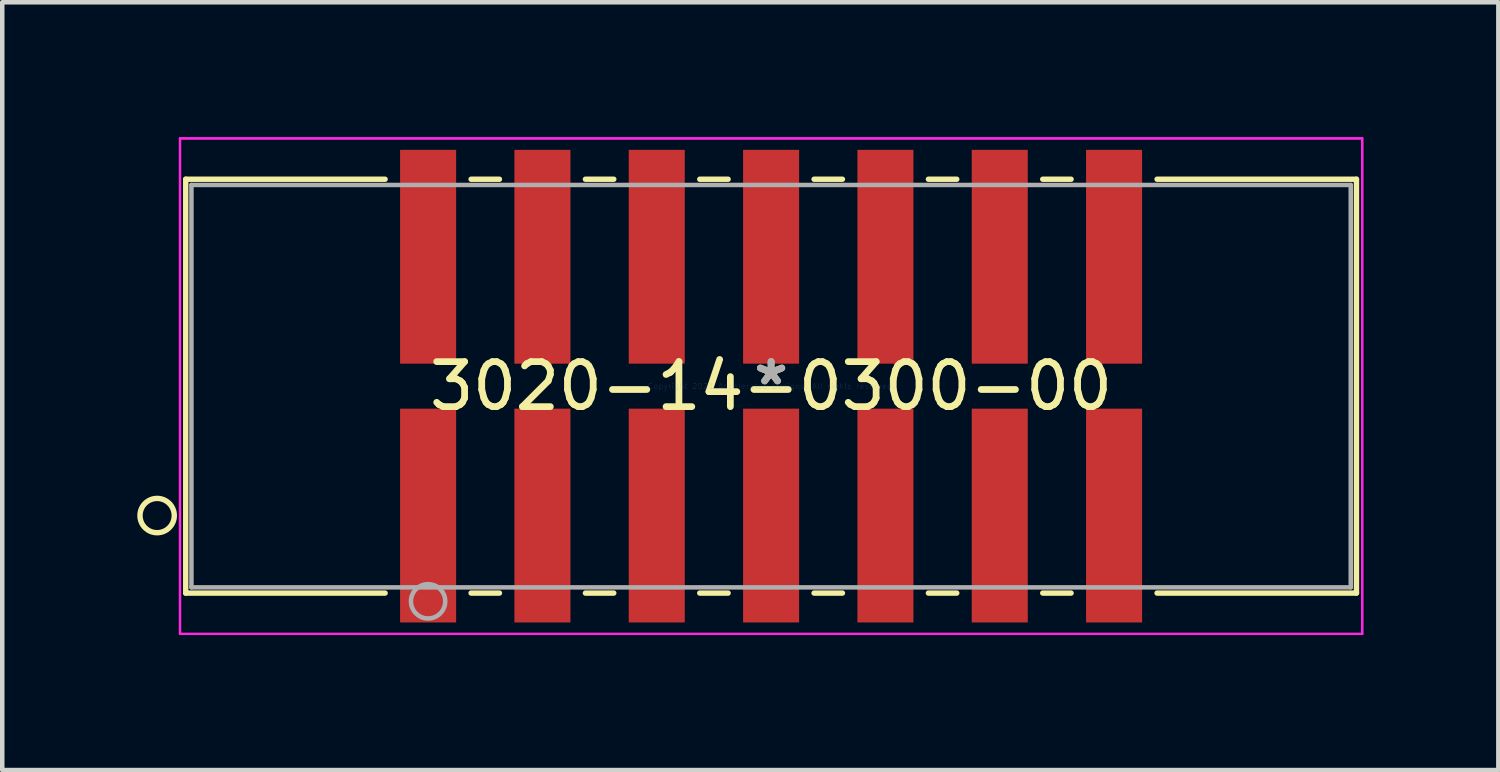
<source format=kicad_pcb>
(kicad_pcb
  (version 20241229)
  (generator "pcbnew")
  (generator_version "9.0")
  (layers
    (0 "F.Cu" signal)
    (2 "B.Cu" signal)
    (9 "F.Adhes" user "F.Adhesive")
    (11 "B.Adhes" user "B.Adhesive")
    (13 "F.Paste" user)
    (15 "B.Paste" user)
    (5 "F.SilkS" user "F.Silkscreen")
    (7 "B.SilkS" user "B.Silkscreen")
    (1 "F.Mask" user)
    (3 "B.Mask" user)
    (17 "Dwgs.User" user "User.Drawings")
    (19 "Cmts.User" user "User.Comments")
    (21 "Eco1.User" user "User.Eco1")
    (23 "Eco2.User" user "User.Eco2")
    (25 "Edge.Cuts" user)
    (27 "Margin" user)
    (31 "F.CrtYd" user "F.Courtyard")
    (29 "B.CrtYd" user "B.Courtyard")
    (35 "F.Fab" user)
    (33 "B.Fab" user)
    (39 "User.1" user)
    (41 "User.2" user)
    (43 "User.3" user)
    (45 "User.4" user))
  (footprint "3020-14-0300-00"
    (layer "F.Cu")
    (at 14.081 5.529)
    (property "Reference" "3020-14-0300-00" (at 0 0 0) (layer "F.SilkS") (effects (font (size 1 1) (thickness 0.15))))
    (attr through_hole)
    (fp_line (start -13.005 -4.597) (end -13.005 4.597) (stroke (width 0.12) (type solid)) (layer "F.SilkS"))
    (fp_line (start -13.005 4.597) (end -8.575 4.597) (stroke (width 0.12) (type solid)) (layer "F.SilkS"))
    (fp_line (start -8.575 -4.597) (end -13.005 -4.597) (stroke (width 0.12) (type solid)) (layer "F.SilkS"))
    (fp_line (start -6.665 4.597) (end -6.035 4.597) (stroke (width 0.12) (type solid)) (layer "F.SilkS"))
    (fp_line (start -6.035 -4.597) (end -6.665 -4.597) (stroke (width 0.12) (type solid)) (layer "F.SilkS"))
    (fp_line (start -4.125 4.597) (end -3.495 4.597) (stroke (width 0.12) (type solid)) (layer "F.SilkS"))
    (fp_line (start -3.495 -4.597) (end -4.125 -4.597) (stroke (width 0.12) (type solid)) (layer "F.SilkS"))
    (fp_line (start -1.585 4.597) (end -0.955 4.597) (stroke (width 0.12) (type solid)) (layer "F.SilkS"))
    (fp_line (start -0.955 -4.597) (end -1.585 -4.597) (stroke (width 0.12) (type solid)) (layer "F.SilkS"))
    (fp_line (start 0.955 4.597) (end 1.585 4.597) (stroke (width 0.12) (type solid)) (layer "F.SilkS"))
    (fp_line (start 1.585 -4.597) (end 0.955 -4.597) (stroke (width 0.12) (type solid)) (layer "F.SilkS"))
    (fp_line (start 3.495 4.597) (end 4.125 4.597) (stroke (width 0.12) (type solid)) (layer "F.SilkS"))
    (fp_line (start 4.125 -4.597) (end 3.495 -4.597) (stroke (width 0.12) (type solid)) (layer "F.SilkS"))
    (fp_line (start 6.035 4.597) (end 6.665 4.597) (stroke (width 0.12) (type solid)) (layer "F.SilkS"))
    (fp_line (start 6.665 -4.597) (end 6.035 -4.597) (stroke (width 0.12) (type solid)) (layer "F.SilkS"))
    (fp_line (start 8.575 4.597) (end 13.005 4.597) (stroke (width 0.12) (type solid)) (layer "F.SilkS"))
    (fp_line (start 13.005 -4.597) (end 8.575 -4.597) (stroke (width 0.12) (type solid)) (layer "F.SilkS"))
    (fp_line (start 13.005 4.597) (end 13.005 -4.597) (stroke (width 0.12) (type solid)) (layer "F.SilkS"))
    (fp_circle (center -13.64 2.875) (end -13.259 2.875) (stroke (width 0.12) (type solid)) (fill no) (layer "F.SilkS"))
    (fp_line (start -13.132 -5.504) (end -13.132 5.504) (stroke (width 0.05) (type solid)) (layer "F.CrtYd"))
    (fp_line (start -13.132 -5.504) (end -13.132 5.504) (stroke (width 0.05) (type solid)) (layer "F.CrtYd"))
    (fp_line (start -13.132 5.504) (end 13.132 5.504) (stroke (width 0.05) (type solid)) (layer "F.CrtYd"))
    (fp_line (start -13.132 5.504) (end 13.132 5.504) (stroke (width 0.05) (type solid)) (layer "F.CrtYd"))
    (fp_line (start 13.132 -5.504) (end -13.132 -5.504) (stroke (width 0.05) (type solid)) (layer "F.CrtYd"))
    (fp_line (start 13.132 -5.504) (end -13.132 -5.504) (stroke (width 0.05) (type solid)) (layer "F.CrtYd"))
    (fp_line (start 13.132 5.504) (end 13.132 -5.504) (stroke (width 0.05) (type solid)) (layer "F.CrtYd"))
    (fp_line (start 13.132 5.504) (end 13.132 -5.504) (stroke (width 0.05) (type solid)) (layer "F.CrtYd"))
    (fp_line (start -12.878 -4.47) (end -12.878 4.47) (stroke (width 0.1) (type solid)) (layer "F.Fab"))
    (fp_line (start -12.878 4.47) (end 12.878 4.47) (stroke (width 0.1) (type solid)) (layer "F.Fab"))
    (fp_line (start 12.878 -4.47) (end -12.878 -4.47) (stroke (width 0.1) (type solid)) (layer "F.Fab"))
    (fp_line (start 12.878 4.47) (end 12.878 -4.47) (stroke (width 0.1) (type solid)) (layer "F.Fab"))
    (fp_circle (center -7.62 4.78) (end -7.239 4.78) (stroke (width 0.1) (type solid)) (fill no) (layer "F.Fab"))
    (fp_text user "*" (at 0 0 0) (layer "F.SilkS") (effects (font (size 1 1) (thickness 0.15))))
    (fp_text user "Copyright 2021 Accelerated Designs. All rights reserved." (at 0 0 0) (layer "Cmts.User") (effects (font (size 0.127 0.127) (thickness 0.002))))
    (fp_text user "*" (at 0 0 0) (layer "F.Fab") (effects (font (size 1 1) (thickness 0.15))))
    (pad "1" smd rect (at -7.62 2.875) (size 1.245 4.75) (layers "F.Cu" "F.Mask" "F.Paste"))
    (pad "2" smd rect (at -7.62 -2.875) (size 1.245 4.75) (layers "F.Cu" "F.Mask" "F.Paste"))
    (pad "3" smd rect (at -5.08 2.875) (size 1.245 4.75) (layers "F.Cu" "F.Mask" "F.Paste"))
    (pad "4" smd rect (at -5.08 -2.875) (size 1.245 4.75) (layers "F.Cu" "F.Mask" "F.Paste"))
    (pad "5" smd rect (at -2.54 2.875) (size 1.245 4.75) (layers "F.Cu" "F.Mask" "F.Paste"))
    (pad "6" smd rect (at -2.54 -2.875) (size 1.245 4.75) (layers "F.Cu" "F.Mask" "F.Paste"))
    (pad "7" smd rect (at 0 2.875) (size 1.245 4.75) (layers "F.Cu" "F.Mask" "F.Paste"))
    (pad "8" smd rect (at 0 -2.875) (size 1.245 4.75) (layers "F.Cu" "F.Mask" "F.Paste"))
    (pad "9" smd rect (at 2.54 2.875) (size 1.245 4.75) (layers "F.Cu" "F.Mask" "F.Paste"))
    (pad "10" smd rect (at 2.54 -2.875) (size 1.245 4.75) (layers "F.Cu" "F.Mask" "F.Paste"))
    (pad "11" smd rect (at 5.08 2.875) (size 1.245 4.75) (layers "F.Cu" "F.Mask" "F.Paste"))
    (pad "12" smd rect (at 5.08 -2.875) (size 1.245 4.75) (layers "F.Cu" "F.Mask" "F.Paste"))
    (pad "13" smd rect (at 7.62 2.875) (size 1.245 4.75) (layers "F.Cu" "F.Mask" "F.Paste"))
    (pad "14" smd rect (at 7.62 -2.875) (size 1.245 4.75) (layers "F.Cu" "F.Mask" "F.Paste")))
  (gr_rect
    (start -3 -3)
    (end 30.238 14.058)
    (stroke (width 0.1) (type default))
    (fill no)
    (layer "Edge.Cuts")))
</source>
